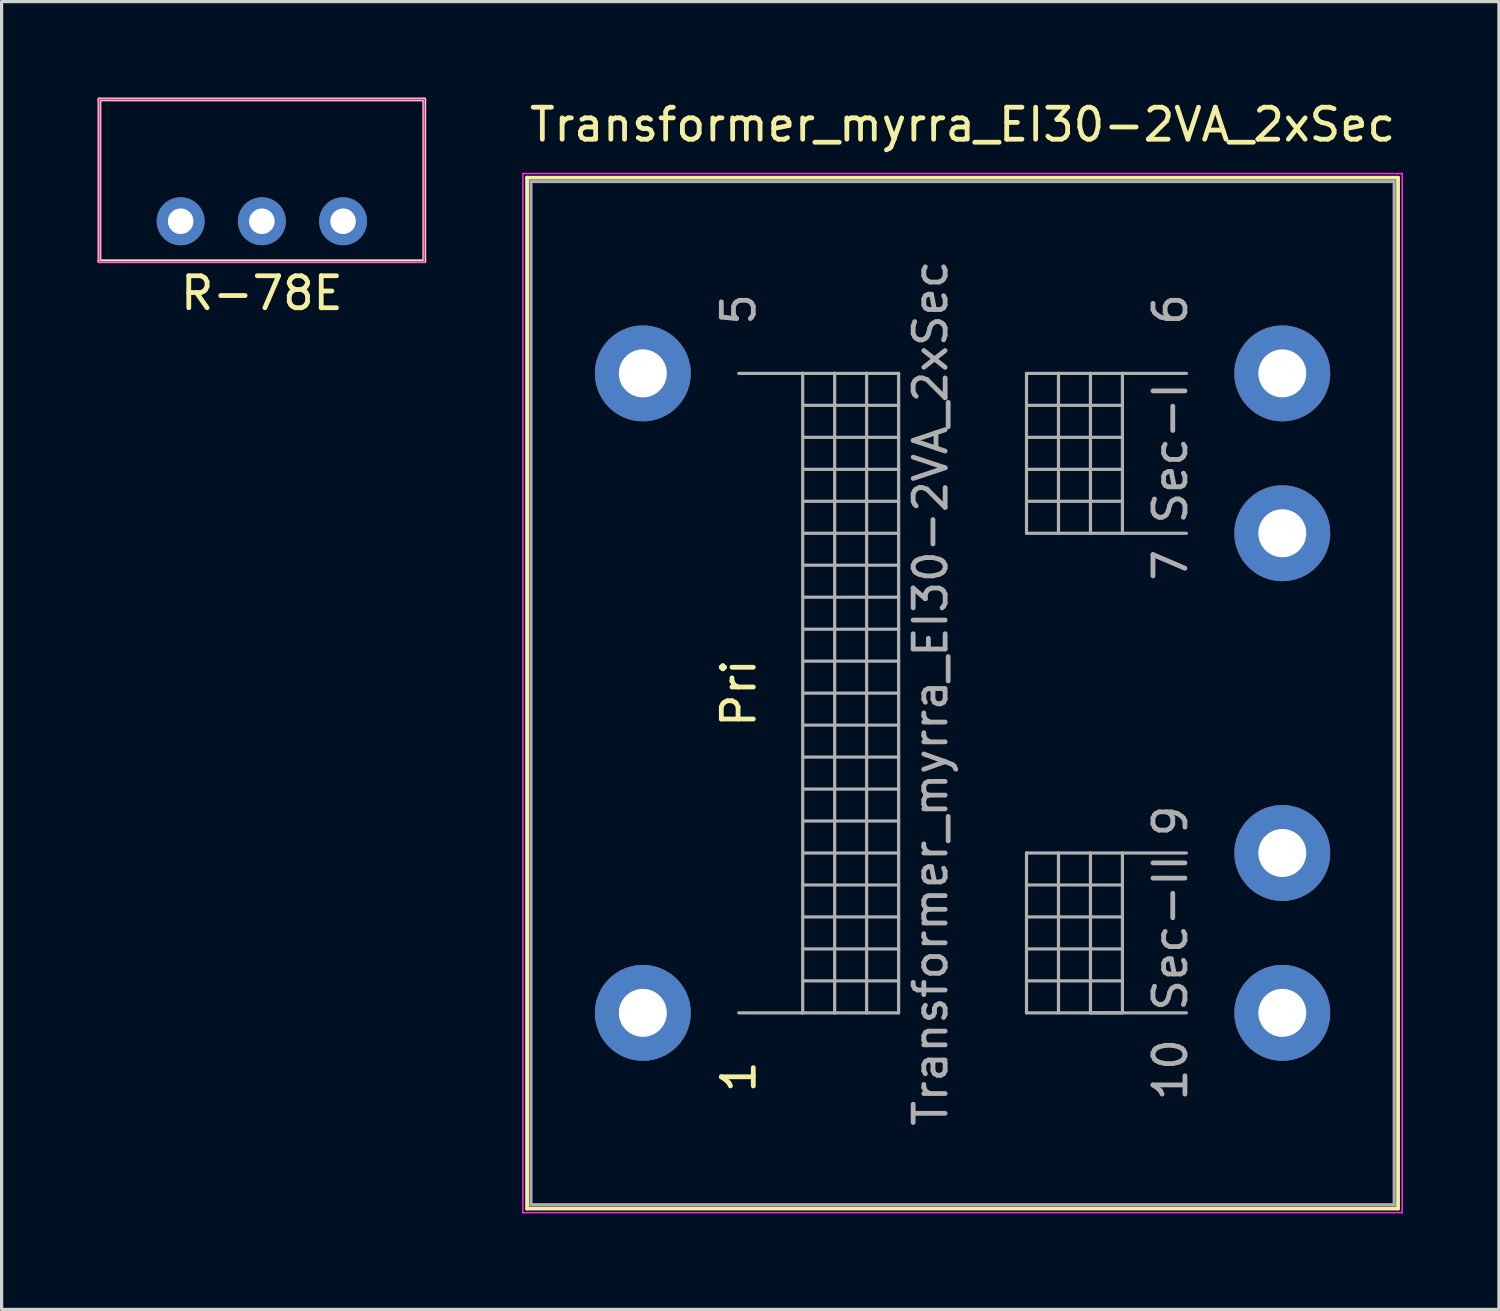
<source format=kicad_pcb>
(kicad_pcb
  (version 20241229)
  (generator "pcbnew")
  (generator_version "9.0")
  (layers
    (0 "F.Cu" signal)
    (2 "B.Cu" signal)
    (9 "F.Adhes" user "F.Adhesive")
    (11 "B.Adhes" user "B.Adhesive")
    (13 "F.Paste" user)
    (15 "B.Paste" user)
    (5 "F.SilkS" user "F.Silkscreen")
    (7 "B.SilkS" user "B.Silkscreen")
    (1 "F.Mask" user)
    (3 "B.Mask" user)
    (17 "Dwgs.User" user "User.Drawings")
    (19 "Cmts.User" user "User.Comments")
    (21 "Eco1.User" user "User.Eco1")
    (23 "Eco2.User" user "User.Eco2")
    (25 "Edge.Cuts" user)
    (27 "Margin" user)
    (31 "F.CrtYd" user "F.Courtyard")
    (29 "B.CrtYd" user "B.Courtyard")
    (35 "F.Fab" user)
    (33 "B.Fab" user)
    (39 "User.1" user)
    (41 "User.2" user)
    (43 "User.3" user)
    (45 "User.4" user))
  (footprint "Transformer_myrra_EI30-2VA_2xSec"
    (layer "F.Cu")
    (at 17.055 28.628)
    (property "Reference" "Transformer_myrra_EI30-2VA_2xSec" (at 10 -27.78 0) (layer "F.SilkS") (effects (font (size 1 1) (thickness 0.15))))
    (attr through_hole)
    (fp_line (start -3.62 -26.12) (end -3.62 6.12) (stroke (width 0.12) (type solid)) (layer "F.SilkS"))
    (fp_line (start -3.62 -26.12) (end 23.62 -26.12) (stroke (width 0.12) (type solid)) (layer "F.SilkS"))
    (fp_line (start 23.62 6.12) (end -3.62 6.12) (stroke (width 0.12) (type solid)) (layer "F.SilkS"))
    (fp_line (start 23.62 6.12) (end 23.62 -26.12) (stroke (width 0.12) (type solid)) (layer "F.SilkS"))
    (fp_line (start -3.75 -26.25) (end -3.75 6.25) (stroke (width 0.05) (type solid)) (layer "F.CrtYd"))
    (fp_line (start -3.75 -26.25) (end 23.75 -26.25) (stroke (width 0.05) (type solid)) (layer "F.CrtYd"))
    (fp_line (start 23.75 6.25) (end -3.75 6.25) (stroke (width 0.05) (type solid)) (layer "F.CrtYd"))
    (fp_line (start 23.75 6.25) (end 23.75 -26.25) (stroke (width 0.05) (type solid)) (layer "F.CrtYd"))
    (fp_line (start -3.5 -26) (end -3.5 6) (stroke (width 0.1) (type solid)) (layer "F.Fab"))
    (fp_line (start -3.5 6) (end 23.5 6) (stroke (width 0.1) (type solid)) (layer "F.Fab"))
    (fp_line (start 3 -20) (end 5 -20) (stroke (width 0.1) (type solid)) (layer "F.Fab"))
    (fp_line (start 5 -20) (end 5 0) (stroke (width 0.1) (type solid)) (layer "F.Fab"))
    (fp_line (start 5 -20) (end 6 -20) (stroke (width 0.1) (type solid)) (layer "F.Fab"))
    (fp_line (start 5 -19) (end 8 -19) (stroke (width 0.1) (type solid)) (layer "F.Fab"))
    (fp_line (start 5 -17) (end 8 -17) (stroke (width 0.1) (type solid)) (layer "F.Fab"))
    (fp_line (start 5 -15) (end 8 -15) (stroke (width 0.1) (type solid)) (layer "F.Fab"))
    (fp_line (start 5 -13) (end 8 -13) (stroke (width 0.1) (type solid)) (layer "F.Fab"))
    (fp_line (start 5 -11) (end 8 -11) (stroke (width 0.1) (type solid)) (layer "F.Fab"))
    (fp_line (start 5 -9) (end 8 -9) (stroke (width 0.1) (type solid)) (layer "F.Fab"))
    (fp_line (start 5 -7) (end 8 -7) (stroke (width 0.1) (type solid)) (layer "F.Fab"))
    (fp_line (start 5 -5) (end 8 -5) (stroke (width 0.1) (type solid)) (layer "F.Fab"))
    (fp_line (start 5 -3) (end 8 -3) (stroke (width 0.1) (type solid)) (layer "F.Fab"))
    (fp_line (start 5 -1) (end 8 -1) (stroke (width 0.1) (type solid)) (layer "F.Fab"))
    (fp_line (start 5 0) (end 3 0) (stroke (width 0.1) (type solid)) (layer "F.Fab"))
    (fp_line (start 6 -20) (end 6 0) (stroke (width 0.1) (type solid)) (layer "F.Fab"))
    (fp_line (start 6 -20) (end 7 -20) (stroke (width 0.1) (type solid)) (layer "F.Fab"))
    (fp_line (start 6 0) (end 5 0) (stroke (width 0.1) (type solid)) (layer "F.Fab"))
    (fp_line (start 7 -20) (end 7 0) (stroke (width 0.1) (type solid)) (layer "F.Fab"))
    (fp_line (start 7 -20) (end 8 -20) (stroke (width 0.1) (type solid)) (layer "F.Fab"))
    (fp_line (start 7 0) (end 6 0) (stroke (width 0.1) (type solid)) (layer "F.Fab"))
    (fp_line (start 8 -20) (end 8 0) (stroke (width 0.1) (type solid)) (layer "F.Fab"))
    (fp_line (start 8 -18) (end 5 -18) (stroke (width 0.1) (type solid)) (layer "F.Fab"))
    (fp_line (start 8 -16) (end 5 -16) (stroke (width 0.1) (type solid)) (layer "F.Fab"))
    (fp_line (start 8 -14) (end 5 -14) (stroke (width 0.1) (type solid)) (layer "F.Fab"))
    (fp_line (start 8 -12) (end 5 -12) (stroke (width 0.1) (type solid)) (layer "F.Fab"))
    (fp_line (start 8 -10) (end 5 -10) (stroke (width 0.1) (type solid)) (layer "F.Fab"))
    (fp_line (start 8 -8) (end 5 -8) (stroke (width 0.1) (type solid)) (layer "F.Fab"))
    (fp_line (start 8 -6) (end 5 -6) (stroke (width 0.1) (type solid)) (layer "F.Fab"))
    (fp_line (start 8 -4) (end 5 -4) (stroke (width 0.1) (type solid)) (layer "F.Fab"))
    (fp_line (start 8 -2) (end 5 -2) (stroke (width 0.1) (type solid)) (layer "F.Fab"))
    (fp_line (start 8 0) (end 7 0) (stroke (width 0.1) (type solid)) (layer "F.Fab"))
    (fp_line (start 12 -20) (end 12 -15) (stroke (width 0.1) (type solid)) (layer "F.Fab"))
    (fp_line (start 12 -19) (end 15 -19) (stroke (width 0.1) (type solid)) (layer "F.Fab"))
    (fp_line (start 12 -17) (end 15 -17) (stroke (width 0.1) (type solid)) (layer "F.Fab"))
    (fp_line (start 12 -15) (end 13 -15) (stroke (width 0.1) (type solid)) (layer "F.Fab"))
    (fp_line (start 12 -5) (end 12 0) (stroke (width 0.1) (type solid)) (layer "F.Fab"))
    (fp_line (start 12 -4) (end 15 -4) (stroke (width 0.1) (type solid)) (layer "F.Fab"))
    (fp_line (start 12 -2) (end 15 -2) (stroke (width 0.1) (type solid)) (layer "F.Fab"))
    (fp_line (start 12 0) (end 17 0) (stroke (width 0.1) (type solid)) (layer "F.Fab"))
    (fp_line (start 13 -20) (end 12 -20) (stroke (width 0.1) (type solid)) (layer "F.Fab"))
    (fp_line (start 13 -20) (end 13 -15) (stroke (width 0.1) (type solid)) (layer "F.Fab"))
    (fp_line (start 13 -15) (end 14 -15) (stroke (width 0.1) (type solid)) (layer "F.Fab"))
    (fp_line (start 13 -5) (end 13 0) (stroke (width 0.1) (type solid)) (layer "F.Fab"))
    (fp_line (start 14 -20) (end 13 -20) (stroke (width 0.1) (type solid)) (layer "F.Fab"))
    (fp_line (start 14 -20) (end 14 -15) (stroke (width 0.1) (type solid)) (layer "F.Fab"))
    (fp_line (start 14 -15) (end 15 -15) (stroke (width 0.1) (type solid)) (layer "F.Fab"))
    (fp_line (start 14 0) (end 14 -5) (stroke (width 0.1) (type solid)) (layer "F.Fab"))
    (fp_line (start 15 -20) (end 14 -20) (stroke (width 0.1) (type solid)) (layer "F.Fab"))
    (fp_line (start 15 -20) (end 15 -15) (stroke (width 0.1) (type solid)) (layer "F.Fab"))
    (fp_line (start 15 -18) (end 12 -18) (stroke (width 0.1) (type solid)) (layer "F.Fab"))
    (fp_line (start 15 -16) (end 12 -16) (stroke (width 0.1) (type solid)) (layer "F.Fab"))
    (fp_line (start 15 -15) (end 17 -15) (stroke (width 0.1) (type solid)) (layer "F.Fab"))
    (fp_line (start 15 -5) (end 15 0) (stroke (width 0.1) (type solid)) (layer "F.Fab"))
    (fp_line (start 15 -3) (end 12 -3) (stroke (width 0.1) (type solid)) (layer "F.Fab"))
    (fp_line (start 15 -1) (end 12 -1) (stroke (width 0.1) (type solid)) (layer "F.Fab"))
    (fp_line (start 15 0) (end 14 0) (stroke (width 0.1) (type solid)) (layer "F.Fab"))
    (fp_line (start 17 -20) (end 15 -20) (stroke (width 0.1) (type solid)) (layer "F.Fab"))
    (fp_line (start 17 -5) (end 12 -5) (stroke (width 0.1) (type solid)) (layer "F.Fab"))
    (fp_line (start 23.5 -26) (end -3.5 -26) (stroke (width 0.1) (type solid)) (layer "F.Fab"))
    (fp_line (start 23.5 6) (end 23.5 -26) (stroke (width 0.1) (type solid)) (layer "F.Fab"))
    (fp_text user "1" (at 3 2 270) (layer "F.SilkS") (effects (font (size 1 1) (thickness 0.15))))
    (fp_text user "Pri" (at 3 -10 270) (layer "F.SilkS") (effects (font (size 1 1) (thickness 0.15))))
    (fp_text user "${REFERENCE}" (at 9 -10 270) (layer "F.Fab") (effects (font (size 1 1) (thickness 0.15))))
    (fp_text user "9" (at 16.5 -6 270) (layer "F.Fab") (effects (font (size 1 1) (thickness 0.15))))
    (fp_text user "Sec-II" (at 16.5 -2.5 270) (layer "F.Fab") (effects (font (size 1 1) (thickness 0.15))))
    (fp_text user "5" (at 3 -22 270) (layer "F.Fab") (effects (font (size 1 1) (thickness 0.15))))
    (fp_text user "10" (at 16.5 1.778 270) (layer "F.Fab") (effects (font (size 1 1) (thickness 0.15))))
    (fp_text user "7" (at 16.5 -14 270) (layer "F.Fab") (effects (font (size 1 1) (thickness 0.15))))
    (fp_text user "6" (at 16.5 -22 270) (layer "F.Fab") (effects (font (size 1 1) (thickness 0.15))))
    (fp_text user "Sec-I" (at 16.5 -17.5 270) (layer "F.Fab") (effects (font (size 1 1) (thickness 0.15))))
    (pad "1" thru_hole circle (at 0 0) (size 3 3) (drill 1.5) (layers "*.Cu" "*.Mask"))
    (pad "5" thru_hole circle (at 0 -20) (size 3 3) (drill 1.5) (layers "*.Cu" "*.Mask"))
    (pad "6" thru_hole circle (at 20 -20) (size 3 3) (drill 1.5) (layers "*.Cu" "*.Mask"))
    (pad "7" thru_hole circle (at 20 -15) (size 3 3) (drill 1.5) (layers "*.Cu" "*.Mask"))
    (pad "9" thru_hole circle (at 20 -5) (size 3 3) (drill 1.5) (layers "*.Cu" "*.Mask"))
    (pad "10" thru_hole circle (at 20 0) (size 3 3) (drill 1.5) (layers "*.Cu" "*.Mask")))
  (footprint "R-78E"
    (layer "F.Cu")
    (at 5.14 3.87)
    (property "Reference" "R-78E" (at 0 2.25 0) (layer "F.SilkS") (effects (font (size 1 1) (thickness 0.15))))
    (fp_line (start -5.08 -3.81) (end 5.08 -3.81) (stroke (width 0.12) (type solid)) (layer "F.SilkS"))
    (fp_line (start -5.08 1.25) (end -5.08 -3.81) (stroke (width 0.12) (type solid)) (layer "F.SilkS"))
    (fp_line (start 5.08 -3.81) (end 5.08 1.25) (stroke (width 0.12) (type solid)) (layer "F.SilkS"))
    (fp_line (start 5.08 1.25) (end -5.08 1.25) (stroke (width 0.12) (type solid)) (layer "F.SilkS"))
    (fp_line (start -5.08 -3.81) (end 5.08 -3.81) (stroke (width 0.05) (type solid)) (layer "F.CrtYd"))
    (fp_line (start -5.08 1.27) (end -5.08 -3.81) (stroke (width 0.05) (type solid)) (layer "F.CrtYd"))
    (fp_line (start 5.08 -3.81) (end 5.08 1.27) (stroke (width 0.05) (type solid)) (layer "F.CrtYd"))
    (fp_line (start 5.08 1.27) (end -5.08 1.27) (stroke (width 0.05) (type solid)) (layer "F.CrtYd"))
    (pad "1" thru_hole circle (at -2.54 0) (size 1.5 1.5) (drill 0.8) (layers "*.Cu" "*.Mask"))
    (pad "2" thru_hole circle (at 0 0) (size 1.5 1.5) (drill 0.8) (layers "*.Cu" "*.Mask"))
    (pad "3" thru_hole circle (at 2.54 0) (size 1.5 1.5) (drill 0.8) (layers "*.Cu" "*.Mask")))
  (gr_rect
    (start -3 -3)
    (end 43.83 37.903)
    (stroke (width 0.1) (type default))
    (fill no)
    (layer "Edge.Cuts")))
</source>
